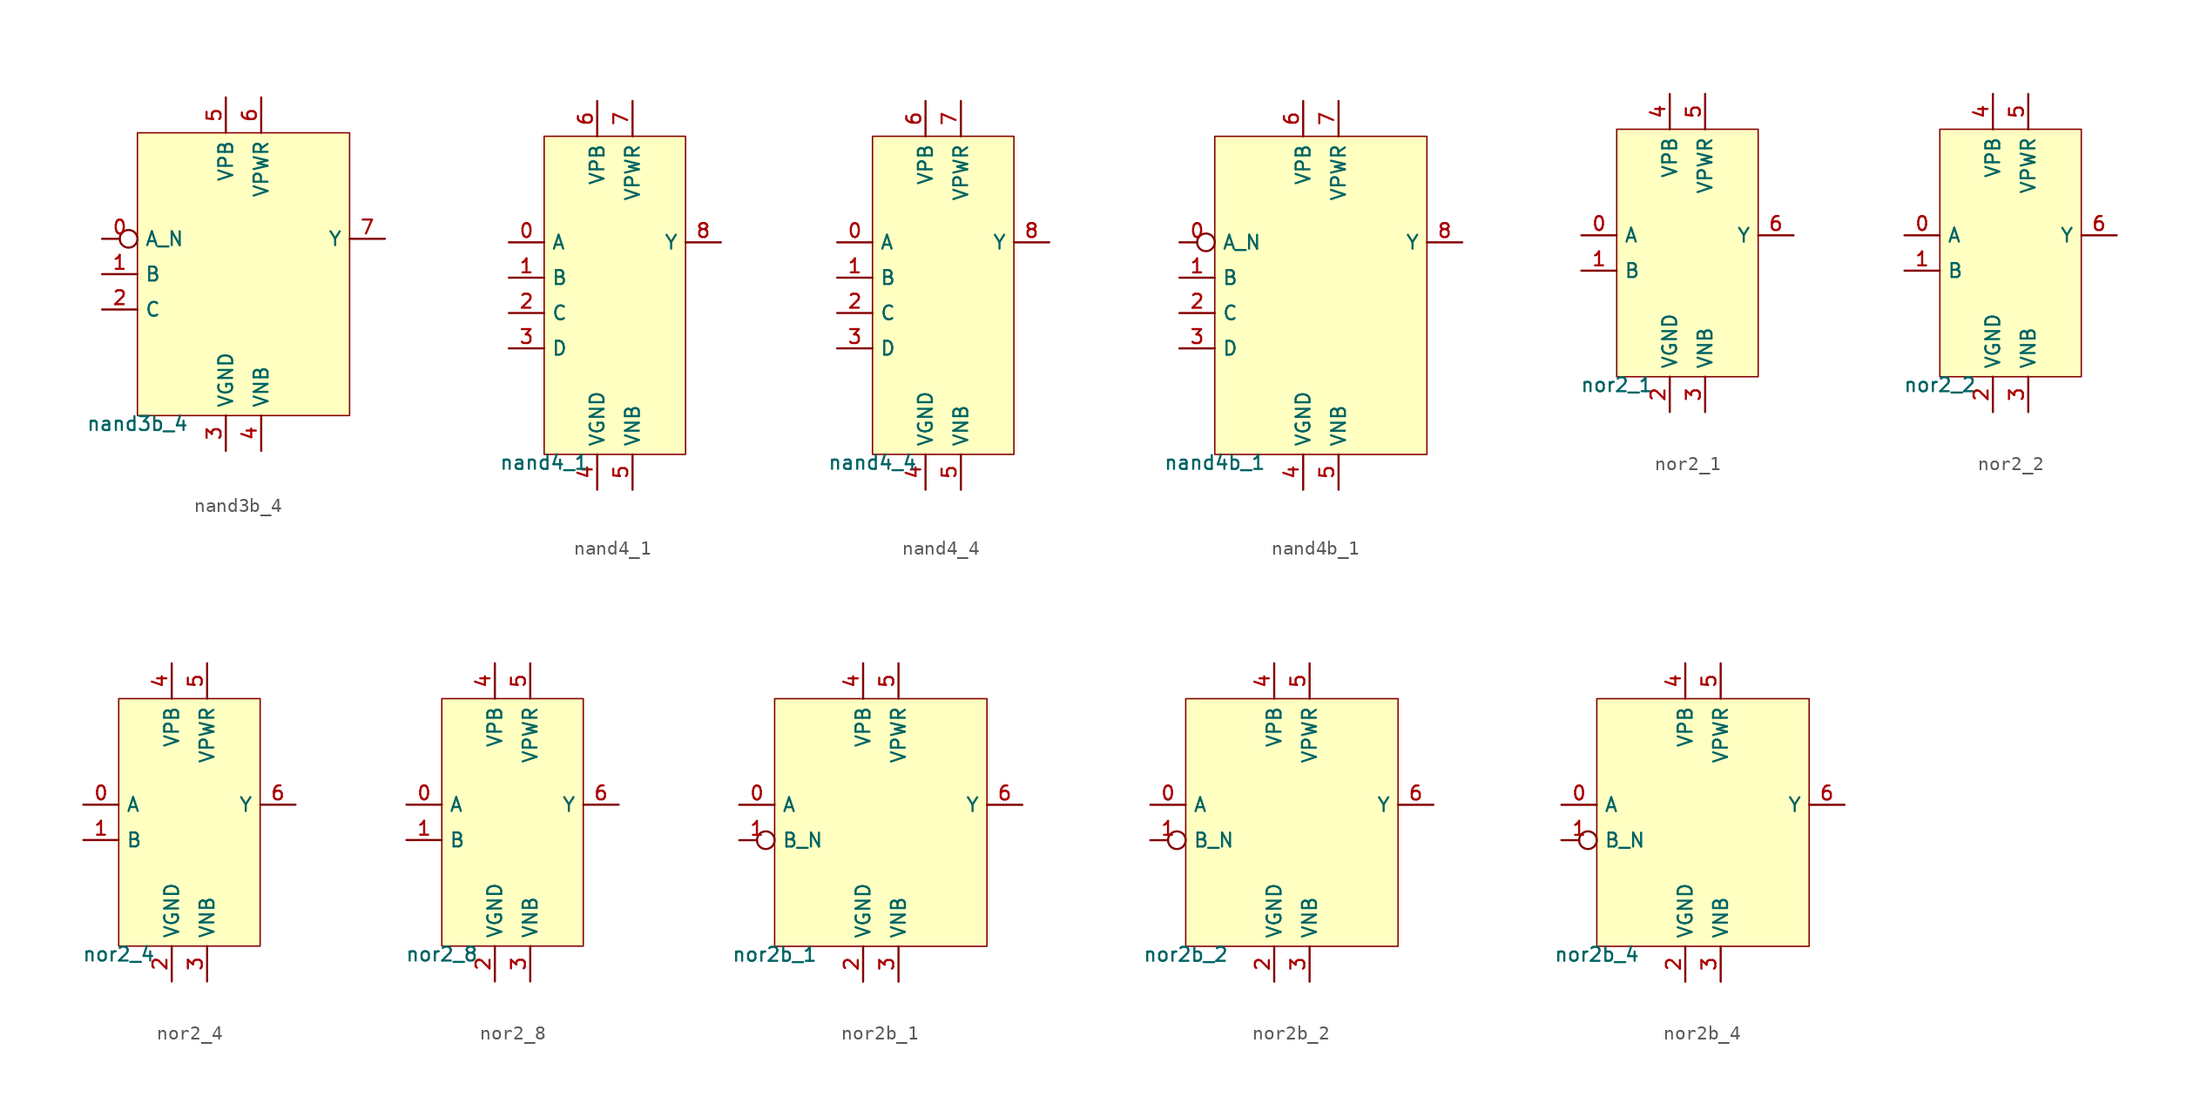
<source format=kicad_sym>
(kicad_symbol_lib
  (version 20211014)
  (generator pdk2kicad)
  (symbol "nand3b_4"
    (property "Reference" "X"
      (at 0 0 0)
      (effects (font (size 1 1)) hide))
    (property "Value" "nand3b_4"
      (at -7.62 -10.16 0)
      (effects (font (size 1 1)) (justify top)))
    (rectangle
      (start -7.62 -10.16)
      (end 7.62 10.16)
      (stroke (width 0.1) (type solid) (color 0 0 0 0))
      (fill (type background)))
    (pin input inverted
      (at -10.16 2.54 0)
      (length 2.54)
      (name "A_N" (effects (font (size 1 1)) hide))
      (number "0" (effects (font (size 1 1)) hide)))
    (pin input line
      (at -10.16 0.0 0)
      (length 2.54)
      (name "B" (effects (font (size 1 1)) hide))
      (number "1" (effects (font (size 1 1)) hide)))
    (pin input line
      (at -10.16 -2.54 0)
      (length 2.54)
      (name "C" (effects (font (size 1 1)) hide))
      (number "2" (effects (font (size 1 1)) hide)))
    (pin power_in line
      (at -1.27 -12.7 90)
      (length 2.54)
      (name "VGND" (effects (font (size 1 1)) hide))
      (number "3" (effects (font (size 1 1)) hide)))
    (pin power_in line
      (at 1.27 -12.7 90)
      (length 2.54)
      (name "VNB" (effects (font (size 1 1)) hide))
      (number "4" (effects (font (size 1 1)) hide)))
    (pin power_in line
      (at -1.27 12.7 270)
      (length 2.54)
      (name "VPB" (effects (font (size 1 1)) hide))
      (number "5" (effects (font (size 1 1)) hide)))
    (pin power_in line
      (at 1.27 12.7 270)
      (length 2.54)
      (name "VPWR" (effects (font (size 1 1)) hide))
      (number "6" (effects (font (size 1 1)) hide)))
    (pin output line
      (at 10.16 2.54 180)
      (length 2.54)
      (name "Y" (effects (font (size 1 1)) hide))
      (number "7" (effects (font (size 1 1)) hide))))
  (symbol "nand4_1"
    (property "Reference" "X"
      (at 0 0 0)
      (effects (font (size 1 1)) hide))
    (property "Value" "nand4_1"
      (at -5.08 -11.43 0)
      (effects (font (size 1 1)) (justify top)))
    (rectangle
      (start -5.08 -11.43)
      (end 5.08 11.43)
      (stroke (width 0.1) (type solid) (color 0 0 0 0))
      (fill (type background)))
    (pin input line
      (at -7.62 3.81 0)
      (length 2.54)
      (name "A" (effects (font (size 1 1)) hide))
      (number "0" (effects (font (size 1 1)) hide)))
    (pin input line
      (at -7.62 1.27 0)
      (length 2.54)
      (name "B" (effects (font (size 1 1)) hide))
      (number "1" (effects (font (size 1 1)) hide)))
    (pin input line
      (at -7.62 -1.27 0)
      (length 2.54)
      (name "C" (effects (font (size 1 1)) hide))
      (number "2" (effects (font (size 1 1)) hide)))
    (pin input line
      (at -7.62 -3.81 0)
      (length 2.54)
      (name "D" (effects (font (size 1 1)) hide))
      (number "3" (effects (font (size 1 1)) hide)))
    (pin power_in line
      (at -1.27 -13.97 90)
      (length 2.54)
      (name "VGND" (effects (font (size 1 1)) hide))
      (number "4" (effects (font (size 1 1)) hide)))
    (pin power_in line
      (at 1.27 -13.97 90)
      (length 2.54)
      (name "VNB" (effects (font (size 1 1)) hide))
      (number "5" (effects (font (size 1 1)) hide)))
    (pin power_in line
      (at -1.27 13.97 270)
      (length 2.54)
      (name "VPB" (effects (font (size 1 1)) hide))
      (number "6" (effects (font (size 1 1)) hide)))
    (pin power_in line
      (at 1.27 13.97 270)
      (length 2.54)
      (name "VPWR" (effects (font (size 1 1)) hide))
      (number "7" (effects (font (size 1 1)) hide)))
    (pin output line
      (at 7.62 3.81 180)
      (length 2.54)
      (name "Y" (effects (font (size 1 1)) hide))
      (number "8" (effects (font (size 1 1)) hide))))
  (symbol "nand4_4"
    (property "Reference" "X"
      (at 0 0 0)
      (effects (font (size 1 1)) hide))
    (property "Value" "nand4_4"
      (at -5.08 -11.43 0)
      (effects (font (size 1 1)) (justify top)))
    (rectangle
      (start -5.08 -11.43)
      (end 5.08 11.43)
      (stroke (width 0.1) (type solid) (color 0 0 0 0))
      (fill (type background)))
    (pin input line
      (at -7.62 3.81 0)
      (length 2.54)
      (name "A" (effects (font (size 1 1)) hide))
      (number "0" (effects (font (size 1 1)) hide)))
    (pin input line
      (at -7.62 1.27 0)
      (length 2.54)
      (name "B" (effects (font (size 1 1)) hide))
      (number "1" (effects (font (size 1 1)) hide)))
    (pin input line
      (at -7.62 -1.27 0)
      (length 2.54)
      (name "C" (effects (font (size 1 1)) hide))
      (number "2" (effects (font (size 1 1)) hide)))
    (pin input line
      (at -7.62 -3.81 0)
      (length 2.54)
      (name "D" (effects (font (size 1 1)) hide))
      (number "3" (effects (font (size 1 1)) hide)))
    (pin power_in line
      (at -1.27 -13.97 90)
      (length 2.54)
      (name "VGND" (effects (font (size 1 1)) hide))
      (number "4" (effects (font (size 1 1)) hide)))
    (pin power_in line
      (at 1.27 -13.97 90)
      (length 2.54)
      (name "VNB" (effects (font (size 1 1)) hide))
      (number "5" (effects (font (size 1 1)) hide)))
    (pin power_in line
      (at -1.27 13.97 270)
      (length 2.54)
      (name "VPB" (effects (font (size 1 1)) hide))
      (number "6" (effects (font (size 1 1)) hide)))
    (pin power_in line
      (at 1.27 13.97 270)
      (length 2.54)
      (name "VPWR" (effects (font (size 1 1)) hide))
      (number "7" (effects (font (size 1 1)) hide)))
    (pin output line
      (at 7.62 3.81 180)
      (length 2.54)
      (name "Y" (effects (font (size 1 1)) hide))
      (number "8" (effects (font (size 1 1)) hide))))
  (symbol "nand4b_1"
    (property "Reference" "X"
      (at 0 0 0)
      (effects (font (size 1 1)) hide))
    (property "Value" "nand4b_1"
      (at -7.62 -11.43 0)
      (effects (font (size 1 1)) (justify top)))
    (rectangle
      (start -7.62 -11.43)
      (end 7.62 11.43)
      (stroke (width 0.1) (type solid) (color 0 0 0 0))
      (fill (type background)))
    (pin input inverted
      (at -10.16 3.81 0)
      (length 2.54)
      (name "A_N" (effects (font (size 1 1)) hide))
      (number "0" (effects (font (size 1 1)) hide)))
    (pin input line
      (at -10.16 1.27 0)
      (length 2.54)
      (name "B" (effects (font (size 1 1)) hide))
      (number "1" (effects (font (size 1 1)) hide)))
    (pin input line
      (at -10.16 -1.27 0)
      (length 2.54)
      (name "C" (effects (font (size 1 1)) hide))
      (number "2" (effects (font (size 1 1)) hide)))
    (pin input line
      (at -10.16 -3.81 0)
      (length 2.54)
      (name "D" (effects (font (size 1 1)) hide))
      (number "3" (effects (font (size 1 1)) hide)))
    (pin power_in line
      (at -1.27 -13.97 90)
      (length 2.54)
      (name "VGND" (effects (font (size 1 1)) hide))
      (number "4" (effects (font (size 1 1)) hide)))
    (pin power_in line
      (at 1.27 -13.97 90)
      (length 2.54)
      (name "VNB" (effects (font (size 1 1)) hide))
      (number "5" (effects (font (size 1 1)) hide)))
    (pin power_in line
      (at -1.27 13.97 270)
      (length 2.54)
      (name "VPB" (effects (font (size 1 1)) hide))
      (number "6" (effects (font (size 1 1)) hide)))
    (pin power_in line
      (at 1.27 13.97 270)
      (length 2.54)
      (name "VPWR" (effects (font (size 1 1)) hide))
      (number "7" (effects (font (size 1 1)) hide)))
    (pin output line
      (at 10.16 3.81 180)
      (length 2.54)
      (name "Y" (effects (font (size 1 1)) hide))
      (number "8" (effects (font (size 1 1)) hide))))
  (symbol "nor2_1"
    (property "Reference" "X"
      (at 0 0 0)
      (effects (font (size 1 1)) hide))
    (property "Value" "nor2_1"
      (at -5.08 -8.89 0)
      (effects (font (size 1 1)) (justify top)))
    (rectangle
      (start -5.08 -8.89)
      (end 5.08 8.89)
      (stroke (width 0.1) (type solid) (color 0 0 0 0))
      (fill (type background)))
    (pin input line
      (at -7.62 1.27 0)
      (length 2.54)
      (name "A" (effects (font (size 1 1)) hide))
      (number "0" (effects (font (size 1 1)) hide)))
    (pin input line
      (at -7.62 -1.27 0)
      (length 2.54)
      (name "B" (effects (font (size 1 1)) hide))
      (number "1" (effects (font (size 1 1)) hide)))
    (pin power_in line
      (at -1.27 -11.43 90)
      (length 2.54)
      (name "VGND" (effects (font (size 1 1)) hide))
      (number "2" (effects (font (size 1 1)) hide)))
    (pin power_in line
      (at 1.27 -11.43 90)
      (length 2.54)
      (name "VNB" (effects (font (size 1 1)) hide))
      (number "3" (effects (font (size 1 1)) hide)))
    (pin power_in line
      (at -1.27 11.43 270)
      (length 2.54)
      (name "VPB" (effects (font (size 1 1)) hide))
      (number "4" (effects (font (size 1 1)) hide)))
    (pin power_in line
      (at 1.27 11.43 270)
      (length 2.54)
      (name "VPWR" (effects (font (size 1 1)) hide))
      (number "5" (effects (font (size 1 1)) hide)))
    (pin output line
      (at 7.62 1.27 180)
      (length 2.54)
      (name "Y" (effects (font (size 1 1)) hide))
      (number "6" (effects (font (size 1 1)) hide))))
  (symbol "nor2_2"
    (property "Reference" "X"
      (at 0 0 0)
      (effects (font (size 1 1)) hide))
    (property "Value" "nor2_2"
      (at -5.08 -8.89 0)
      (effects (font (size 1 1)) (justify top)))
    (rectangle
      (start -5.08 -8.89)
      (end 5.08 8.89)
      (stroke (width 0.1) (type solid) (color 0 0 0 0))
      (fill (type background)))
    (pin input line
      (at -7.62 1.27 0)
      (length 2.54)
      (name "A" (effects (font (size 1 1)) hide))
      (number "0" (effects (font (size 1 1)) hide)))
    (pin input line
      (at -7.62 -1.27 0)
      (length 2.54)
      (name "B" (effects (font (size 1 1)) hide))
      (number "1" (effects (font (size 1 1)) hide)))
    (pin power_in line
      (at -1.27 -11.43 90)
      (length 2.54)
      (name "VGND" (effects (font (size 1 1)) hide))
      (number "2" (effects (font (size 1 1)) hide)))
    (pin power_in line
      (at 1.27 -11.43 90)
      (length 2.54)
      (name "VNB" (effects (font (size 1 1)) hide))
      (number "3" (effects (font (size 1 1)) hide)))
    (pin power_in line
      (at -1.27 11.43 270)
      (length 2.54)
      (name "VPB" (effects (font (size 1 1)) hide))
      (number "4" (effects (font (size 1 1)) hide)))
    (pin power_in line
      (at 1.27 11.43 270)
      (length 2.54)
      (name "VPWR" (effects (font (size 1 1)) hide))
      (number "5" (effects (font (size 1 1)) hide)))
    (pin output line
      (at 7.62 1.27 180)
      (length 2.54)
      (name "Y" (effects (font (size 1 1)) hide))
      (number "6" (effects (font (size 1 1)) hide))))
  (symbol "nor2_4"
    (property "Reference" "X"
      (at 0 0 0)
      (effects (font (size 1 1)) hide))
    (property "Value" "nor2_4"
      (at -5.08 -8.89 0)
      (effects (font (size 1 1)) (justify top)))
    (rectangle
      (start -5.08 -8.89)
      (end 5.08 8.89)
      (stroke (width 0.1) (type solid) (color 0 0 0 0))
      (fill (type background)))
    (pin input line
      (at -7.62 1.27 0)
      (length 2.54)
      (name "A" (effects (font (size 1 1)) hide))
      (number "0" (effects (font (size 1 1)) hide)))
    (pin input line
      (at -7.62 -1.27 0)
      (length 2.54)
      (name "B" (effects (font (size 1 1)) hide))
      (number "1" (effects (font (size 1 1)) hide)))
    (pin power_in line
      (at -1.27 -11.43 90)
      (length 2.54)
      (name "VGND" (effects (font (size 1 1)) hide))
      (number "2" (effects (font (size 1 1)) hide)))
    (pin power_in line
      (at 1.27 -11.43 90)
      (length 2.54)
      (name "VNB" (effects (font (size 1 1)) hide))
      (number "3" (effects (font (size 1 1)) hide)))
    (pin power_in line
      (at -1.27 11.43 270)
      (length 2.54)
      (name "VPB" (effects (font (size 1 1)) hide))
      (number "4" (effects (font (size 1 1)) hide)))
    (pin power_in line
      (at 1.27 11.43 270)
      (length 2.54)
      (name "VPWR" (effects (font (size 1 1)) hide))
      (number "5" (effects (font (size 1 1)) hide)))
    (pin output line
      (at 7.62 1.27 180)
      (length 2.54)
      (name "Y" (effects (font (size 1 1)) hide))
      (number "6" (effects (font (size 1 1)) hide))))
  (symbol "nor2_8"
    (property "Reference" "X"
      (at 0 0 0)
      (effects (font (size 1 1)) hide))
    (property "Value" "nor2_8"
      (at -5.08 -8.89 0)
      (effects (font (size 1 1)) (justify top)))
    (rectangle
      (start -5.08 -8.89)
      (end 5.08 8.89)
      (stroke (width 0.1) (type solid) (color 0 0 0 0))
      (fill (type background)))
    (pin input line
      (at -7.62 1.27 0)
      (length 2.54)
      (name "A" (effects (font (size 1 1)) hide))
      (number "0" (effects (font (size 1 1)) hide)))
    (pin input line
      (at -7.62 -1.27 0)
      (length 2.54)
      (name "B" (effects (font (size 1 1)) hide))
      (number "1" (effects (font (size 1 1)) hide)))
    (pin power_in line
      (at -1.27 -11.43 90)
      (length 2.54)
      (name "VGND" (effects (font (size 1 1)) hide))
      (number "2" (effects (font (size 1 1)) hide)))
    (pin power_in line
      (at 1.27 -11.43 90)
      (length 2.54)
      (name "VNB" (effects (font (size 1 1)) hide))
      (number "3" (effects (font (size 1 1)) hide)))
    (pin power_in line
      (at -1.27 11.43 270)
      (length 2.54)
      (name "VPB" (effects (font (size 1 1)) hide))
      (number "4" (effects (font (size 1 1)) hide)))
    (pin power_in line
      (at 1.27 11.43 270)
      (length 2.54)
      (name "VPWR" (effects (font (size 1 1)) hide))
      (number "5" (effects (font (size 1 1)) hide)))
    (pin output line
      (at 7.62 1.27 180)
      (length 2.54)
      (name "Y" (effects (font (size 1 1)) hide))
      (number "6" (effects (font (size 1 1)) hide))))
  (symbol "nor2b_1"
    (property "Reference" "X"
      (at 0 0 0)
      (effects (font (size 1 1)) hide))
    (property "Value" "nor2b_1"
      (at -7.62 -8.89 0)
      (effects (font (size 1 1)) (justify top)))
    (rectangle
      (start -7.62 -8.89)
      (end 7.62 8.89)
      (stroke (width 0.1) (type solid) (color 0 0 0 0))
      (fill (type background)))
    (pin input line
      (at -10.16 1.27 0)
      (length 2.54)
      (name "A" (effects (font (size 1 1)) hide))
      (number "0" (effects (font (size 1 1)) hide)))
    (pin input inverted
      (at -10.16 -1.27 0)
      (length 2.54)
      (name "B_N" (effects (font (size 1 1)) hide))
      (number "1" (effects (font (size 1 1)) hide)))
    (pin power_in line
      (at -1.27 -11.43 90)
      (length 2.54)
      (name "VGND" (effects (font (size 1 1)) hide))
      (number "2" (effects (font (size 1 1)) hide)))
    (pin power_in line
      (at 1.27 -11.43 90)
      (length 2.54)
      (name "VNB" (effects (font (size 1 1)) hide))
      (number "3" (effects (font (size 1 1)) hide)))
    (pin power_in line
      (at -1.27 11.43 270)
      (length 2.54)
      (name "VPB" (effects (font (size 1 1)) hide))
      (number "4" (effects (font (size 1 1)) hide)))
    (pin power_in line
      (at 1.27 11.43 270)
      (length 2.54)
      (name "VPWR" (effects (font (size 1 1)) hide))
      (number "5" (effects (font (size 1 1)) hide)))
    (pin output line
      (at 10.16 1.27 180)
      (length 2.54)
      (name "Y" (effects (font (size 1 1)) hide))
      (number "6" (effects (font (size 1 1)) hide))))
  (symbol "nor2b_2"
    (property "Reference" "X"
      (at 0 0 0)
      (effects (font (size 1 1)) hide))
    (property "Value" "nor2b_2"
      (at -7.62 -8.89 0)
      (effects (font (size 1 1)) (justify top)))
    (rectangle
      (start -7.62 -8.89)
      (end 7.62 8.89)
      (stroke (width 0.1) (type solid) (color 0 0 0 0))
      (fill (type background)))
    (pin input line
      (at -10.16 1.27 0)
      (length 2.54)
      (name "A" (effects (font (size 1 1)) hide))
      (number "0" (effects (font (size 1 1)) hide)))
    (pin input inverted
      (at -10.16 -1.27 0)
      (length 2.54)
      (name "B_N" (effects (font (size 1 1)) hide))
      (number "1" (effects (font (size 1 1)) hide)))
    (pin power_in line
      (at -1.27 -11.43 90)
      (length 2.54)
      (name "VGND" (effects (font (size 1 1)) hide))
      (number "2" (effects (font (size 1 1)) hide)))
    (pin power_in line
      (at 1.27 -11.43 90)
      (length 2.54)
      (name "VNB" (effects (font (size 1 1)) hide))
      (number "3" (effects (font (size 1 1)) hide)))
    (pin power_in line
      (at -1.27 11.43 270)
      (length 2.54)
      (name "VPB" (effects (font (size 1 1)) hide))
      (number "4" (effects (font (size 1 1)) hide)))
    (pin power_in line
      (at 1.27 11.43 270)
      (length 2.54)
      (name "VPWR" (effects (font (size 1 1)) hide))
      (number "5" (effects (font (size 1 1)) hide)))
    (pin output line
      (at 10.16 1.27 180)
      (length 2.54)
      (name "Y" (effects (font (size 1 1)) hide))
      (number "6" (effects (font (size 1 1)) hide))))
  (symbol "nor2b_4"
    (property "Reference" "X"
      (at 0 0 0)
      (effects (font (size 1 1)) hide))
    (property "Value" "nor2b_4"
      (at -7.62 -8.89 0)
      (effects (font (size 1 1)) (justify top)))
    (rectangle
      (start -7.62 -8.89)
      (end 7.62 8.89)
      (stroke (width 0.1) (type solid) (color 0 0 0 0))
      (fill (type background)))
    (pin input line
      (at -10.16 1.27 0)
      (length 2.54)
      (name "A" (effects (font (size 1 1)) hide))
      (number "0" (effects (font (size 1 1)) hide)))
    (pin input inverted
      (at -10.16 -1.27 0)
      (length 2.54)
      (name "B_N" (effects (font (size 1 1)) hide))
      (number "1" (effects (font (size 1 1)) hide)))
    (pin power_in line
      (at -1.27 -11.43 90)
      (length 2.54)
      (name "VGND" (effects (font (size 1 1)) hide))
      (number "2" (effects (font (size 1 1)) hide)))
    (pin power_in line
      (at 1.27 -11.43 90)
      (length 2.54)
      (name "VNB" (effects (font (size 1 1)) hide))
      (number "3" (effects (font (size 1 1)) hide)))
    (pin power_in line
      (at -1.27 11.43 270)
      (length 2.54)
      (name "VPB" (effects (font (size 1 1)) hide))
      (number "4" (effects (font (size 1 1)) hide)))
    (pin power_in line
      (at 1.27 11.43 270)
      (length 2.54)
      (name "VPWR" (effects (font (size 1 1)) hide))
      (number "5" (effects (font (size 1 1)) hide)))
    (pin output line
      (at 10.16 1.27 180)
      (length 2.54)
      (name "Y" (effects (font (size 1 1)) hide))
      (number "6" (effects (font (size 1 1)) hide)))))
</source>
